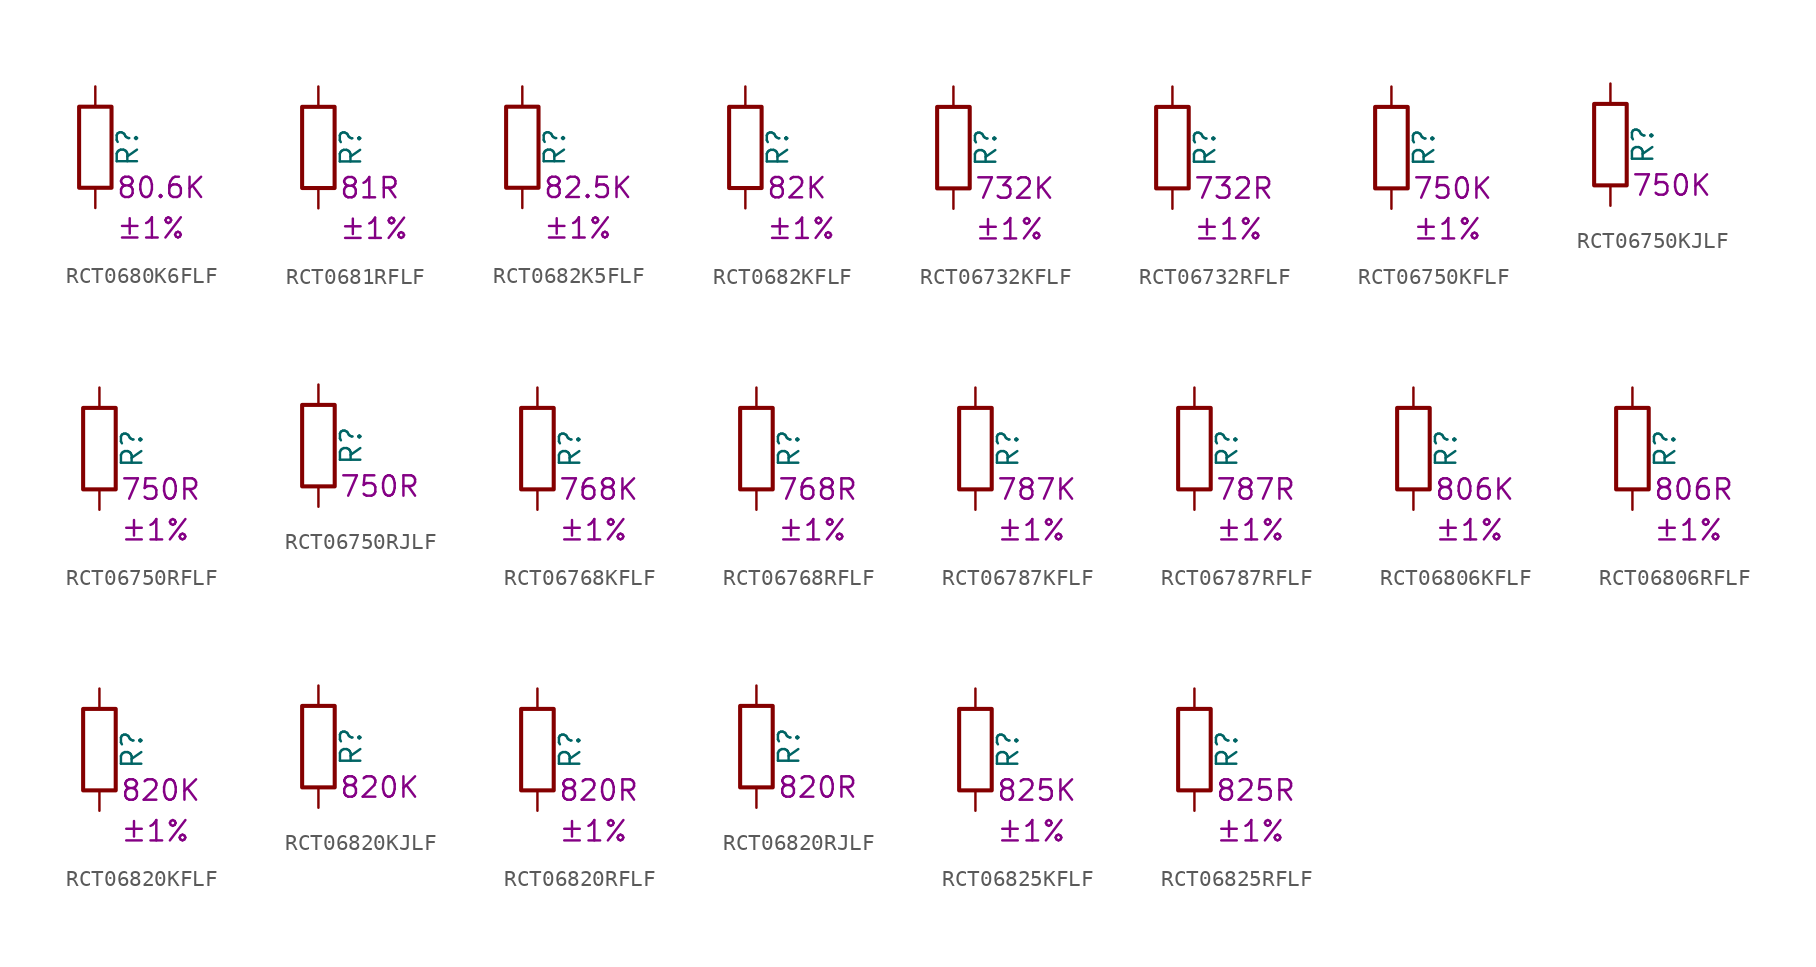
<source format=kicad_sym>
(kicad_symbol_lib
  (version 20220914)
  (generator kicad_symbol_editor)
  (symbol "RCT0680K6FLF"
    (pin_numbers hide)
    (pin_names
      (offset 0))
    (property "Reference" "R"
      (at 2.032 0 90)
      (effects (font (size 1.27 1.27))))
    (property "Resistance" "80.6K"
      (at 1.27 -2.54 0)
      (effects (font (size 1.27 1.27)) (justify left)))
    (property "Tolerance" "±1%"
      (at 1.27 -5.08 0)
      (effects (font (size 1.27 1.27)) (justify left)))
    (symbol "RCT0680K6FLF_0_1"
      (rectangle (start -1.016 -2.54) (end 1.016 2.54) (stroke (width 0.254) (type default)) (fill (type none))))
    (symbol "RCT0680K6FLF_1_1"
      (pin passive line (at 0 3.81 270) (length 1.27) (name "~" (effects (font (size 1.27 1.27)))) (number "1" (effects (font (size 1.27 1.27)))))
      (pin passive line (at 0 -3.81 90) (length 1.27) (name "~" (effects (font (size 1.27 1.27)))) (number "2" (effects (font (size 1.27 1.27)))))))
  (symbol "RCT0681RFLF"
    (pin_numbers hide)
    (pin_names
      (offset 0))
    (property "Reference" "R"
      (at 2.032 0 90)
      (effects (font (size 1.27 1.27))))
    (property "Resistance" "81R"
      (at 1.27 -2.54 0)
      (effects (font (size 1.27 1.27)) (justify left)))
    (property "Tolerance" "±1%"
      (at 1.27 -5.08 0)
      (effects (font (size 1.27 1.27)) (justify left)))
    (symbol "RCT0681RFLF_0_1"
      (rectangle (start -1.016 -2.54) (end 1.016 2.54) (stroke (width 0.254) (type default)) (fill (type none))))
    (symbol "RCT0681RFLF_1_1"
      (pin passive line (at 0 3.81 270) (length 1.27) (name "~" (effects (font (size 1.27 1.27)))) (number "1" (effects (font (size 1.27 1.27)))))
      (pin passive line (at 0 -3.81 90) (length 1.27) (name "~" (effects (font (size 1.27 1.27)))) (number "2" (effects (font (size 1.27 1.27)))))))
  (symbol "RCT0682K5FLF"
    (pin_numbers hide)
    (pin_names
      (offset 0))
    (property "Reference" "R"
      (at 2.032 0 90)
      (effects (font (size 1.27 1.27))))
    (property "Resistance" "82.5K"
      (at 1.27 -2.54 0)
      (effects (font (size 1.27 1.27)) (justify left)))
    (property "Tolerance" "±1%"
      (at 1.27 -5.08 0)
      (effects (font (size 1.27 1.27)) (justify left)))
    (symbol "RCT0682K5FLF_0_1"
      (rectangle (start -1.016 -2.54) (end 1.016 2.54) (stroke (width 0.254) (type default)) (fill (type none))))
    (symbol "RCT0682K5FLF_1_1"
      (pin passive line (at 0 3.81 270) (length 1.27) (name "~" (effects (font (size 1.27 1.27)))) (number "1" (effects (font (size 1.27 1.27)))))
      (pin passive line (at 0 -3.81 90) (length 1.27) (name "~" (effects (font (size 1.27 1.27)))) (number "2" (effects (font (size 1.27 1.27)))))))
  (symbol "RCT0682KFLF"
    (pin_numbers hide)
    (pin_names
      (offset 0))
    (property "Reference" "R"
      (at 2.032 0 90)
      (effects (font (size 1.27 1.27))))
    (property "Resistance" "82K"
      (at 1.27 -2.54 0)
      (effects (font (size 1.27 1.27)) (justify left)))
    (property "Tolerance" "±1%"
      (at 1.27 -5.08 0)
      (effects (font (size 1.27 1.27)) (justify left)))
    (symbol "RCT0682KFLF_0_1"
      (rectangle (start -1.016 -2.54) (end 1.016 2.54) (stroke (width 0.254) (type default)) (fill (type none))))
    (symbol "RCT0682KFLF_1_1"
      (pin passive line (at 0 3.81 270) (length 1.27) (name "~" (effects (font (size 1.27 1.27)))) (number "1" (effects (font (size 1.27 1.27)))))
      (pin passive line (at 0 -3.81 90) (length 1.27) (name "~" (effects (font (size 1.27 1.27)))) (number "2" (effects (font (size 1.27 1.27)))))))
  (symbol "RCT06732KFLF"
    (pin_numbers hide)
    (pin_names
      (offset 0))
    (property "Reference" "R"
      (at 2.032 0 90)
      (effects (font (size 1.27 1.27))))
    (property "Resistance" "732K"
      (at 1.27 -2.54 0)
      (effects (font (size 1.27 1.27)) (justify left)))
    (property "Tolerance" "±1%"
      (at 1.27 -5.08 0)
      (effects (font (size 1.27 1.27)) (justify left)))
    (symbol "RCT06732KFLF_0_1"
      (rectangle (start -1.016 -2.54) (end 1.016 2.54) (stroke (width 0.254) (type default)) (fill (type none))))
    (symbol "RCT06732KFLF_1_1"
      (pin passive line (at 0 3.81 270) (length 1.27) (name "~" (effects (font (size 1.27 1.27)))) (number "1" (effects (font (size 1.27 1.27)))))
      (pin passive line (at 0 -3.81 90) (length 1.27) (name "~" (effects (font (size 1.27 1.27)))) (number "2" (effects (font (size 1.27 1.27)))))))
  (symbol "RCT06732RFLF"
    (pin_numbers hide)
    (pin_names
      (offset 0))
    (property "Reference" "R"
      (at 2.032 0 90)
      (effects (font (size 1.27 1.27))))
    (property "Resistance" "732R"
      (at 1.27 -2.54 0)
      (effects (font (size 1.27 1.27)) (justify left)))
    (property "Tolerance" "±1%"
      (at 1.27 -5.08 0)
      (effects (font (size 1.27 1.27)) (justify left)))
    (symbol "RCT06732RFLF_0_1"
      (rectangle (start -1.016 -2.54) (end 1.016 2.54) (stroke (width 0.254) (type default)) (fill (type none))))
    (symbol "RCT06732RFLF_1_1"
      (pin passive line (at 0 3.81 270) (length 1.27) (name "~" (effects (font (size 1.27 1.27)))) (number "1" (effects (font (size 1.27 1.27)))))
      (pin passive line (at 0 -3.81 90) (length 1.27) (name "~" (effects (font (size 1.27 1.27)))) (number "2" (effects (font (size 1.27 1.27)))))))
  (symbol "RCT06750KFLF"
    (pin_numbers hide)
    (pin_names
      (offset 0))
    (property "Reference" "R"
      (at 2.032 0 90)
      (effects (font (size 1.27 1.27))))
    (property "Resistance" "750K"
      (at 1.27 -2.54 0)
      (effects (font (size 1.27 1.27)) (justify left)))
    (property "Tolerance" "±1%"
      (at 1.27 -5.08 0)
      (effects (font (size 1.27 1.27)) (justify left)))
    (symbol "RCT06750KFLF_0_1"
      (rectangle (start -1.016 -2.54) (end 1.016 2.54) (stroke (width 0.254) (type default)) (fill (type none))))
    (symbol "RCT06750KFLF_1_1"
      (pin passive line (at 0 3.81 270) (length 1.27) (name "~" (effects (font (size 1.27 1.27)))) (number "1" (effects (font (size 1.27 1.27)))))
      (pin passive line (at 0 -3.81 90) (length 1.27) (name "~" (effects (font (size 1.27 1.27)))) (number "2" (effects (font (size 1.27 1.27)))))))
  (symbol "RCT06750KJLF"
    (pin_numbers hide)
    (pin_names
      (offset 0))
    (property "Reference" "R"
      (at 2.032 0 90)
      (effects (font (size 1.27 1.27))))
    (property "Resistance" "750K"
      (at 1.27 -2.54 0)
      (effects (font (size 1.27 1.27)) (justify left)))
    (symbol "RCT06750KJLF_0_1"
      (rectangle (start -1.016 -2.54) (end 1.016 2.54) (stroke (width 0.254) (type default)) (fill (type none))))
    (symbol "RCT06750KJLF_1_1"
      (pin passive line (at 0 3.81 270) (length 1.27) (name "~" (effects (font (size 1.27 1.27)))) (number "1" (effects (font (size 1.27 1.27)))))
      (pin passive line (at 0 -3.81 90) (length 1.27) (name "~" (effects (font (size 1.27 1.27)))) (number "2" (effects (font (size 1.27 1.27)))))))
  (symbol "RCT06750RFLF"
    (pin_numbers hide)
    (pin_names
      (offset 0))
    (property "Reference" "R"
      (at 2.032 0 90)
      (effects (font (size 1.27 1.27))))
    (property "Resistance" "750R"
      (at 1.27 -2.54 0)
      (effects (font (size 1.27 1.27)) (justify left)))
    (property "Tolerance" "±1%"
      (at 1.27 -5.08 0)
      (effects (font (size 1.27 1.27)) (justify left)))
    (symbol "RCT06750RFLF_0_1"
      (rectangle (start -1.016 -2.54) (end 1.016 2.54) (stroke (width 0.254) (type default)) (fill (type none))))
    (symbol "RCT06750RFLF_1_1"
      (pin passive line (at 0 3.81 270) (length 1.27) (name "~" (effects (font (size 1.27 1.27)))) (number "1" (effects (font (size 1.27 1.27)))))
      (pin passive line (at 0 -3.81 90) (length 1.27) (name "~" (effects (font (size 1.27 1.27)))) (number "2" (effects (font (size 1.27 1.27)))))))
  (symbol "RCT06750RJLF"
    (pin_numbers hide)
    (pin_names
      (offset 0))
    (property "Reference" "R"
      (at 2.032 0 90)
      (effects (font (size 1.27 1.27))))
    (property "Resistance" "750R"
      (at 1.27 -2.54 0)
      (effects (font (size 1.27 1.27)) (justify left)))
    (symbol "RCT06750RJLF_0_1"
      (rectangle (start -1.016 -2.54) (end 1.016 2.54) (stroke (width 0.254) (type default)) (fill (type none))))
    (symbol "RCT06750RJLF_1_1"
      (pin passive line (at 0 3.81 270) (length 1.27) (name "~" (effects (font (size 1.27 1.27)))) (number "1" (effects (font (size 1.27 1.27)))))
      (pin passive line (at 0 -3.81 90) (length 1.27) (name "~" (effects (font (size 1.27 1.27)))) (number "2" (effects (font (size 1.27 1.27)))))))
  (symbol "RCT06768KFLF"
    (pin_numbers hide)
    (pin_names
      (offset 0))
    (property "Reference" "R"
      (at 2.032 0 90)
      (effects (font (size 1.27 1.27))))
    (property "Resistance" "768K"
      (at 1.27 -2.54 0)
      (effects (font (size 1.27 1.27)) (justify left)))
    (property "Tolerance" "±1%"
      (at 1.27 -5.08 0)
      (effects (font (size 1.27 1.27)) (justify left)))
    (symbol "RCT06768KFLF_0_1"
      (rectangle (start -1.016 -2.54) (end 1.016 2.54) (stroke (width 0.254) (type default)) (fill (type none))))
    (symbol "RCT06768KFLF_1_1"
      (pin passive line (at 0 3.81 270) (length 1.27) (name "~" (effects (font (size 1.27 1.27)))) (number "1" (effects (font (size 1.27 1.27)))))
      (pin passive line (at 0 -3.81 90) (length 1.27) (name "~" (effects (font (size 1.27 1.27)))) (number "2" (effects (font (size 1.27 1.27)))))))
  (symbol "RCT06768RFLF"
    (pin_numbers hide)
    (pin_names
      (offset 0))
    (property "Reference" "R"
      (at 2.032 0 90)
      (effects (font (size 1.27 1.27))))
    (property "Resistance" "768R"
      (at 1.27 -2.54 0)
      (effects (font (size 1.27 1.27)) (justify left)))
    (property "Tolerance" "±1%"
      (at 1.27 -5.08 0)
      (effects (font (size 1.27 1.27)) (justify left)))
    (symbol "RCT06768RFLF_0_1"
      (rectangle (start -1.016 -2.54) (end 1.016 2.54) (stroke (width 0.254) (type default)) (fill (type none))))
    (symbol "RCT06768RFLF_1_1"
      (pin passive line (at 0 3.81 270) (length 1.27) (name "~" (effects (font (size 1.27 1.27)))) (number "1" (effects (font (size 1.27 1.27)))))
      (pin passive line (at 0 -3.81 90) (length 1.27) (name "~" (effects (font (size 1.27 1.27)))) (number "2" (effects (font (size 1.27 1.27)))))))
  (symbol "RCT06787KFLF"
    (pin_numbers hide)
    (pin_names
      (offset 0))
    (property "Reference" "R"
      (at 2.032 0 90)
      (effects (font (size 1.27 1.27))))
    (property "Resistance" "787K"
      (at 1.27 -2.54 0)
      (effects (font (size 1.27 1.27)) (justify left)))
    (property "Tolerance" "±1%"
      (at 1.27 -5.08 0)
      (effects (font (size 1.27 1.27)) (justify left)))
    (symbol "RCT06787KFLF_0_1"
      (rectangle (start -1.016 -2.54) (end 1.016 2.54) (stroke (width 0.254) (type default)) (fill (type none))))
    (symbol "RCT06787KFLF_1_1"
      (pin passive line (at 0 3.81 270) (length 1.27) (name "~" (effects (font (size 1.27 1.27)))) (number "1" (effects (font (size 1.27 1.27)))))
      (pin passive line (at 0 -3.81 90) (length 1.27) (name "~" (effects (font (size 1.27 1.27)))) (number "2" (effects (font (size 1.27 1.27)))))))
  (symbol "RCT06787RFLF"
    (pin_numbers hide)
    (pin_names
      (offset 0))
    (property "Reference" "R"
      (at 2.032 0 90)
      (effects (font (size 1.27 1.27))))
    (property "Resistance" "787R"
      (at 1.27 -2.54 0)
      (effects (font (size 1.27 1.27)) (justify left)))
    (property "Tolerance" "±1%"
      (at 1.27 -5.08 0)
      (effects (font (size 1.27 1.27)) (justify left)))
    (symbol "RCT06787RFLF_0_1"
      (rectangle (start -1.016 -2.54) (end 1.016 2.54) (stroke (width 0.254) (type default)) (fill (type none))))
    (symbol "RCT06787RFLF_1_1"
      (pin passive line (at 0 3.81 270) (length 1.27) (name "~" (effects (font (size 1.27 1.27)))) (number "1" (effects (font (size 1.27 1.27)))))
      (pin passive line (at 0 -3.81 90) (length 1.27) (name "~" (effects (font (size 1.27 1.27)))) (number "2" (effects (font (size 1.27 1.27)))))))
  (symbol "RCT06806KFLF"
    (pin_numbers hide)
    (pin_names
      (offset 0))
    (property "Reference" "R"
      (at 2.032 0 90)
      (effects (font (size 1.27 1.27))))
    (property "Resistance" "806K"
      (at 1.27 -2.54 0)
      (effects (font (size 1.27 1.27)) (justify left)))
    (property "Tolerance" "±1%"
      (at 1.27 -5.08 0)
      (effects (font (size 1.27 1.27)) (justify left)))
    (symbol "RCT06806KFLF_0_1"
      (rectangle (start -1.016 -2.54) (end 1.016 2.54) (stroke (width 0.254) (type default)) (fill (type none))))
    (symbol "RCT06806KFLF_1_1"
      (pin passive line (at 0 3.81 270) (length 1.27) (name "~" (effects (font (size 1.27 1.27)))) (number "1" (effects (font (size 1.27 1.27)))))
      (pin passive line (at 0 -3.81 90) (length 1.27) (name "~" (effects (font (size 1.27 1.27)))) (number "2" (effects (font (size 1.27 1.27)))))))
  (symbol "RCT06806RFLF"
    (pin_numbers hide)
    (pin_names
      (offset 0))
    (property "Reference" "R"
      (at 2.032 0 90)
      (effects (font (size 1.27 1.27))))
    (property "Resistance" "806R"
      (at 1.27 -2.54 0)
      (effects (font (size 1.27 1.27)) (justify left)))
    (property "Tolerance" "±1%"
      (at 1.27 -5.08 0)
      (effects (font (size 1.27 1.27)) (justify left)))
    (symbol "RCT06806RFLF_0_1"
      (rectangle (start -1.016 -2.54) (end 1.016 2.54) (stroke (width 0.254) (type default)) (fill (type none))))
    (symbol "RCT06806RFLF_1_1"
      (pin passive line (at 0 3.81 270) (length 1.27) (name "~" (effects (font (size 1.27 1.27)))) (number "1" (effects (font (size 1.27 1.27)))))
      (pin passive line (at 0 -3.81 90) (length 1.27) (name "~" (effects (font (size 1.27 1.27)))) (number "2" (effects (font (size 1.27 1.27)))))))
  (symbol "RCT06820KFLF"
    (pin_numbers hide)
    (pin_names
      (offset 0))
    (property "Reference" "R"
      (at 2.032 0 90)
      (effects (font (size 1.27 1.27))))
    (property "Resistance" "820K"
      (at 1.27 -2.54 0)
      (effects (font (size 1.27 1.27)) (justify left)))
    (property "Tolerance" "±1%"
      (at 1.27 -5.08 0)
      (effects (font (size 1.27 1.27)) (justify left)))
    (symbol "RCT06820KFLF_0_1"
      (rectangle (start -1.016 -2.54) (end 1.016 2.54) (stroke (width 0.254) (type default)) (fill (type none))))
    (symbol "RCT06820KFLF_1_1"
      (pin passive line (at 0 3.81 270) (length 1.27) (name "~" (effects (font (size 1.27 1.27)))) (number "1" (effects (font (size 1.27 1.27)))))
      (pin passive line (at 0 -3.81 90) (length 1.27) (name "~" (effects (font (size 1.27 1.27)))) (number "2" (effects (font (size 1.27 1.27)))))))
  (symbol "RCT06820KJLF"
    (pin_numbers hide)
    (pin_names
      (offset 0))
    (property "Reference" "R"
      (at 2.032 0 90)
      (effects (font (size 1.27 1.27))))
    (property "Resistance" "820K"
      (at 1.27 -2.54 0)
      (effects (font (size 1.27 1.27)) (justify left)))
    (symbol "RCT06820KJLF_0_1"
      (rectangle (start -1.016 -2.54) (end 1.016 2.54) (stroke (width 0.254) (type default)) (fill (type none))))
    (symbol "RCT06820KJLF_1_1"
      (pin passive line (at 0 3.81 270) (length 1.27) (name "~" (effects (font (size 1.27 1.27)))) (number "1" (effects (font (size 1.27 1.27)))))
      (pin passive line (at 0 -3.81 90) (length 1.27) (name "~" (effects (font (size 1.27 1.27)))) (number "2" (effects (font (size 1.27 1.27)))))))
  (symbol "RCT06820RFLF"
    (pin_numbers hide)
    (pin_names
      (offset 0))
    (property "Reference" "R"
      (at 2.032 0 90)
      (effects (font (size 1.27 1.27))))
    (property "Resistance" "820R"
      (at 1.27 -2.54 0)
      (effects (font (size 1.27 1.27)) (justify left)))
    (property "Tolerance" "±1%"
      (at 1.27 -5.08 0)
      (effects (font (size 1.27 1.27)) (justify left)))
    (symbol "RCT06820RFLF_0_1"
      (rectangle (start -1.016 -2.54) (end 1.016 2.54) (stroke (width 0.254) (type default)) (fill (type none))))
    (symbol "RCT06820RFLF_1_1"
      (pin passive line (at 0 3.81 270) (length 1.27) (name "~" (effects (font (size 1.27 1.27)))) (number "1" (effects (font (size 1.27 1.27)))))
      (pin passive line (at 0 -3.81 90) (length 1.27) (name "~" (effects (font (size 1.27 1.27)))) (number "2" (effects (font (size 1.27 1.27)))))))
  (symbol "RCT06820RJLF"
    (pin_numbers hide)
    (pin_names
      (offset 0))
    (property "Reference" "R"
      (at 2.032 0 90)
      (effects (font (size 1.27 1.27))))
    (property "Resistance" "820R"
      (at 1.27 -2.54 0)
      (effects (font (size 1.27 1.27)) (justify left)))
    (symbol "RCT06820RJLF_0_1"
      (rectangle (start -1.016 -2.54) (end 1.016 2.54) (stroke (width 0.254) (type default)) (fill (type none))))
    (symbol "RCT06820RJLF_1_1"
      (pin passive line (at 0 3.81 270) (length 1.27) (name "~" (effects (font (size 1.27 1.27)))) (number "1" (effects (font (size 1.27 1.27)))))
      (pin passive line (at 0 -3.81 90) (length 1.27) (name "~" (effects (font (size 1.27 1.27)))) (number "2" (effects (font (size 1.27 1.27)))))))
  (symbol "RCT06825KFLF"
    (pin_numbers hide)
    (pin_names
      (offset 0))
    (property "Reference" "R"
      (at 2.032 0 90)
      (effects (font (size 1.27 1.27))))
    (property "Resistance" "825K"
      (at 1.27 -2.54 0)
      (effects (font (size 1.27 1.27)) (justify left)))
    (property "Tolerance" "±1%"
      (at 1.27 -5.08 0)
      (effects (font (size 1.27 1.27)) (justify left)))
    (symbol "RCT06825KFLF_0_1"
      (rectangle (start -1.016 -2.54) (end 1.016 2.54) (stroke (width 0.254) (type default)) (fill (type none))))
    (symbol "RCT06825KFLF_1_1"
      (pin passive line (at 0 3.81 270) (length 1.27) (name "~" (effects (font (size 1.27 1.27)))) (number "1" (effects (font (size 1.27 1.27)))))
      (pin passive line (at 0 -3.81 90) (length 1.27) (name "~" (effects (font (size 1.27 1.27)))) (number "2" (effects (font (size 1.27 1.27)))))))
  (symbol "RCT06825RFLF"
    (pin_numbers hide)
    (pin_names
      (offset 0))
    (property "Reference" "R"
      (at 2.032 0 90)
      (effects (font (size 1.27 1.27))))
    (property "Resistance" "825R"
      (at 1.27 -2.54 0)
      (effects (font (size 1.27 1.27)) (justify left)))
    (property "Tolerance" "±1%"
      (at 1.27 -5.08 0)
      (effects (font (size 1.27 1.27)) (justify left)))
    (symbol "RCT06825RFLF_0_1"
      (rectangle (start -1.016 -2.54) (end 1.016 2.54) (stroke (width 0.254) (type default)) (fill (type none))))
    (symbol "RCT06825RFLF_1_1"
      (pin passive line (at 0 3.81 270) (length 1.27) (name "~" (effects (font (size 1.27 1.27)))) (number "1" (effects (font (size 1.27 1.27)))))
      (pin passive line (at 0 -3.81 90) (length 1.27) (name "~" (effects (font (size 1.27 1.27)))) (number "2" (effects (font (size 1.27 1.27))))))))
</source>
